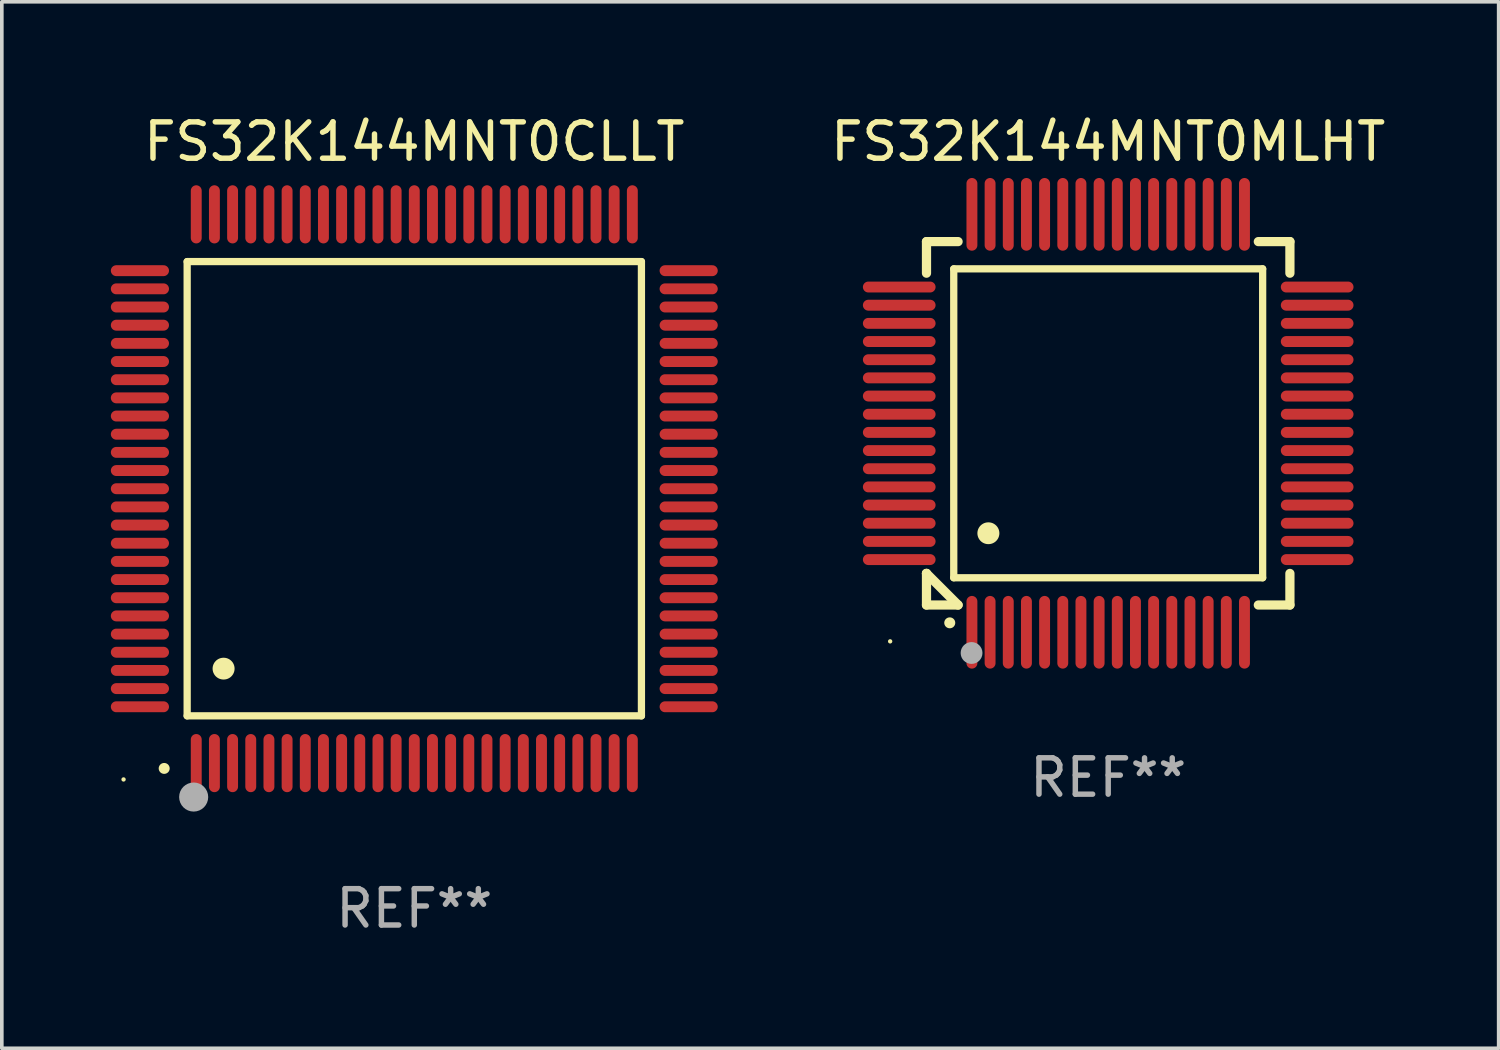
<source format=kicad_pcb>
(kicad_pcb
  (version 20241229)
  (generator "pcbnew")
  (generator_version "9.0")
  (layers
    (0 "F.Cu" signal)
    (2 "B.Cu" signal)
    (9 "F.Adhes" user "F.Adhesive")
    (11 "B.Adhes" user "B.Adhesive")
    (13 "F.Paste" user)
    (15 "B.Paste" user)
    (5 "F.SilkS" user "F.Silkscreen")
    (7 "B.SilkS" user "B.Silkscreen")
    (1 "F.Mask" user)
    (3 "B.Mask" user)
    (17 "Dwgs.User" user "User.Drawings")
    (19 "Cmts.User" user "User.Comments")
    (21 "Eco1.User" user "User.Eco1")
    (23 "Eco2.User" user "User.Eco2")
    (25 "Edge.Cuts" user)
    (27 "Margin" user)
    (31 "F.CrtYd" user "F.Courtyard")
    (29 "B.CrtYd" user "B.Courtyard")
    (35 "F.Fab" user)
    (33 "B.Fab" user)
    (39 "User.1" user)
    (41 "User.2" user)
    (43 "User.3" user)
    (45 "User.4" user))
  (footprint "FS32K144MNT0MLHT"
    (layer "F.Cu")
    (at 27.444 8.598)
    (property "Reference" "FS32K144MNT0MLHT" (at 0 -7.75 0) (layer "F.SilkS") (effects (font (size 1 1) (thickness 0.15))))
    (attr through_hole)
    (fp_line (start -5 -5) (end -4.131 -5) (stroke (width 0.254) (type solid)) (layer "F.SilkS"))
    (fp_line (start -5 -4.131) (end -5 -5) (stroke (width 0.254) (type solid)) (layer "F.SilkS"))
    (fp_line (start -5 4.131) (end -5 4.131) (stroke (width 0.254) (type solid)) (layer "F.SilkS"))
    (fp_line (start -5 5) (end -5 4.131) (stroke (width 0.254) (type solid)) (layer "F.SilkS"))
    (fp_line (start -5 4.131) (end -4.131 5) (stroke (width 0.254) (type solid)) (layer "F.SilkS"))
    (fp_line (start -4.25 -4.25) (end -4.25 4.25) (stroke (width 0.2) (type solid)) (layer "F.SilkS"))
    (fp_line (start -4.25 4.25) (end 4.25 4.25) (stroke (width 0.2) (type solid)) (layer "F.SilkS"))
    (fp_line (start -4.131 5) (end -5 5) (stroke (width 0.254) (type solid)) (layer "F.SilkS"))
    (fp_line (start 4.25 -4.25) (end -4.25 -4.25) (stroke (width 0.2) (type solid)) (layer "F.SilkS"))
    (fp_line (start 4.25 4.25) (end 4.25 -4.25) (stroke (width 0.2) (type solid)) (layer "F.SilkS"))
    (fp_line (start 5 -5) (end 4.131 -5) (stroke (width 0.254) (type solid)) (layer "F.SilkS"))
    (fp_line (start 5 -5) (end 5 -4.131) (stroke (width 0.254) (type solid)) (layer "F.SilkS"))
    (fp_line (start 5 4.131) (end 5 5) (stroke (width 0.254) (type solid)) (layer "F.SilkS"))
    (fp_line (start 5 5) (end 4.131 5) (stroke (width 0.254) (type solid)) (layer "F.SilkS"))
    (fp_arc (start -4.361265 5.489992) (mid -4.359995 5.489987) (end -4.358725 5.489992) (stroke (width 0.3) (type solid)) (layer "F.SilkS"))
    (fp_arc (start -3.299467 3.025146) (mid -3.296927 3.025135) (end -3.294387 3.025146) (stroke (width 0.6) (type solid)) (layer "F.SilkS"))
    (fp_circle (center -6 6) (end -5.97 6) (stroke (width 0.06) (type solid)) (fill no) (layer "F.SilkS"))
    (fp_circle (center -3.76 6.32) (end -3.61 6.32) (stroke (width 0.3) (type solid)) (fill no) (layer "F.Fab"))
    (fp_text user "REF**" (at 0 9.75 0) (layer "F.Fab") (effects (font (size 1 1) (thickness 0.15))))
    (pad "1" smd oval (at -3.75 5.75) (size 0.3 2) (layers "F.Cu" "F.Mask" "F.Paste"))
    (pad "2" smd oval (at -3.25 5.75) (size 0.3 2) (layers "F.Cu" "F.Mask" "F.Paste"))
    (pad "3" smd oval (at -2.75 5.75) (size 0.3 2) (layers "F.Cu" "F.Mask" "F.Paste"))
    (pad "4" smd oval (at -2.25 5.75) (size 0.3 2) (layers "F.Cu" "F.Mask" "F.Paste"))
    (pad "5" smd oval (at -1.75 5.75) (size 0.3 2) (layers "F.Cu" "F.Mask" "F.Paste"))
    (pad "6" smd oval (at -1.25 5.75) (size 0.3 2) (layers "F.Cu" "F.Mask" "F.Paste"))
    (pad "7" smd oval (at -0.75 5.75) (size 0.3 2) (layers "F.Cu" "F.Mask" "F.Paste"))
    (pad "8" smd oval (at -0.25 5.75) (size 0.3 2) (layers "F.Cu" "F.Mask" "F.Paste"))
    (pad "9" smd oval (at 0.25 5.75) (size 0.3 2) (layers "F.Cu" "F.Mask" "F.Paste"))
    (pad "10" smd oval (at 0.75 5.75) (size 0.3 2) (layers "F.Cu" "F.Mask" "F.Paste"))
    (pad "11" smd oval (at 1.25 5.75) (size 0.3 2) (layers "F.Cu" "F.Mask" "F.Paste"))
    (pad "12" smd oval (at 1.75 5.75) (size 0.3 2) (layers "F.Cu" "F.Mask" "F.Paste"))
    (pad "13" smd oval (at 2.25 5.75) (size 0.3 2) (layers "F.Cu" "F.Mask" "F.Paste"))
    (pad "14" smd oval (at 2.75 5.75) (size 0.3 2) (layers "F.Cu" "F.Mask" "F.Paste"))
    (pad "15" smd oval (at 3.25 5.75) (size 0.3 2) (layers "F.Cu" "F.Mask" "F.Paste"))
    (pad "16" smd oval (at 3.75 5.75) (size 0.3 2) (layers "F.Cu" "F.Mask" "F.Paste"))
    (pad "17" smd oval (at 5.75 3.75) (size 2 0.3) (layers "F.Cu" "F.Mask" "F.Paste"))
    (pad "18" smd oval (at 5.75 3.25) (size 2 0.3) (layers "F.Cu" "F.Mask" "F.Paste"))
    (pad "19" smd oval (at 5.75 2.75) (size 2 0.3) (layers "F.Cu" "F.Mask" "F.Paste"))
    (pad "20" smd oval (at 5.75 2.25) (size 2 0.3) (layers "F.Cu" "F.Mask" "F.Paste"))
    (pad "21" smd oval (at 5.75 1.75) (size 2 0.3) (layers "F.Cu" "F.Mask" "F.Paste"))
    (pad "22" smd oval (at 5.75 1.25) (size 2 0.3) (layers "F.Cu" "F.Mask" "F.Paste"))
    (pad "23" smd oval (at 5.75 0.75) (size 2 0.3) (layers "F.Cu" "F.Mask" "F.Paste"))
    (pad "24" smd oval (at 5.75 0.25) (size 2 0.3) (layers "F.Cu" "F.Mask" "F.Paste"))
    (pad "25" smd oval (at 5.75 -0.25) (size 2 0.3) (layers "F.Cu" "F.Mask" "F.Paste"))
    (pad "26" smd oval (at 5.75 -0.75) (size 2 0.3) (layers "F.Cu" "F.Mask" "F.Paste"))
    (pad "27" smd oval (at 5.75 -1.25) (size 2 0.3) (layers "F.Cu" "F.Mask" "F.Paste"))
    (pad "28" smd oval (at 5.75 -1.75) (size 2 0.3) (layers "F.Cu" "F.Mask" "F.Paste"))
    (pad "29" smd oval (at 5.75 -2.25) (size 2 0.3) (layers "F.Cu" "F.Mask" "F.Paste"))
    (pad "30" smd oval (at 5.75 -2.75) (size 2 0.3) (layers "F.Cu" "F.Mask" "F.Paste"))
    (pad "31" smd oval (at 5.75 -3.25) (size 2 0.3) (layers "F.Cu" "F.Mask" "F.Paste"))
    (pad "32" smd oval (at 5.75 -3.75) (size 2 0.3) (layers "F.Cu" "F.Mask" "F.Paste"))
    (pad "33" smd oval (at 3.75 -5.75) (size 0.3 2) (layers "F.Cu" "F.Mask" "F.Paste"))
    (pad "34" smd oval (at 3.25 -5.75) (size 0.3 2) (layers "F.Cu" "F.Mask" "F.Paste"))
    (pad "35" smd oval (at 2.75 -5.75) (size 0.3 2) (layers "F.Cu" "F.Mask" "F.Paste"))
    (pad "36" smd oval (at 2.25 -5.75) (size 0.3 2) (layers "F.Cu" "F.Mask" "F.Paste"))
    (pad "37" smd oval (at 1.75 -5.75) (size 0.3 2) (layers "F.Cu" "F.Mask" "F.Paste"))
    (pad "38" smd oval (at 1.25 -5.75) (size 0.3 2) (layers "F.Cu" "F.Mask" "F.Paste"))
    (pad "39" smd oval (at 0.75 -5.75) (size 0.3 2) (layers "F.Cu" "F.Mask" "F.Paste"))
    (pad "40" smd oval (at 0.25 -5.75) (size 0.3 2) (layers "F.Cu" "F.Mask" "F.Paste"))
    (pad "41" smd oval (at -0.25 -5.75) (size 0.3 2) (layers "F.Cu" "F.Mask" "F.Paste"))
    (pad "42" smd oval (at -0.75 -5.75) (size 0.3 2) (layers "F.Cu" "F.Mask" "F.Paste"))
    (pad "43" smd oval (at -1.25 -5.75) (size 0.3 2) (layers "F.Cu" "F.Mask" "F.Paste"))
    (pad "44" smd oval (at -1.75 -5.75) (size 0.3 2) (layers "F.Cu" "F.Mask" "F.Paste"))
    (pad "45" smd oval (at -2.25 -5.75) (size 0.3 2) (layers "F.Cu" "F.Mask" "F.Paste"))
    (pad "46" smd oval (at -2.75 -5.75) (size 0.3 2) (layers "F.Cu" "F.Mask" "F.Paste"))
    (pad "47" smd oval (at -3.25 -5.75) (size 0.3 2) (layers "F.Cu" "F.Mask" "F.Paste"))
    (pad "48" smd oval (at -3.75 -5.75) (size 0.3 2) (layers "F.Cu" "F.Mask" "F.Paste"))
    (pad "49" smd oval (at -5.75 -3.75) (size 2 0.3) (layers "F.Cu" "F.Mask" "F.Paste"))
    (pad "50" smd oval (at -5.75 -3.25) (size 2 0.3) (layers "F.Cu" "F.Mask" "F.Paste"))
    (pad "51" smd oval (at -5.75 -2.75) (size 2 0.3) (layers "F.Cu" "F.Mask" "F.Paste"))
    (pad "52" smd oval (at -5.75 -2.25) (size 2 0.3) (layers "F.Cu" "F.Mask" "F.Paste"))
    (pad "53" smd oval (at -5.75 -1.75) (size 2 0.3) (layers "F.Cu" "F.Mask" "F.Paste"))
    (pad "54" smd oval (at -5.75 -1.25) (size 2 0.3) (layers "F.Cu" "F.Mask" "F.Paste"))
    (pad "55" smd oval (at -5.75 -0.75) (size 2 0.3) (layers "F.Cu" "F.Mask" "F.Paste"))
    (pad "56" smd oval (at -5.75 -0.25) (size 2 0.3) (layers "F.Cu" "F.Mask" "F.Paste"))
    (pad "57" smd oval (at -5.75 0.25) (size 2 0.3) (layers "F.Cu" "F.Mask" "F.Paste"))
    (pad "58" smd oval (at -5.75 0.75) (size 2 0.3) (layers "F.Cu" "F.Mask" "F.Paste"))
    (pad "59" smd oval (at -5.75 1.25) (size 2 0.3) (layers "F.Cu" "F.Mask" "F.Paste"))
    (pad "60" smd oval (at -5.75 1.75) (size 2 0.3) (layers "F.Cu" "F.Mask" "F.Paste"))
    (pad "61" smd oval (at -5.75 2.25) (size 2 0.3) (layers "F.Cu" "F.Mask" "F.Paste"))
    (pad "62" smd oval (at -5.75 2.75) (size 2 0.3) (layers "F.Cu" "F.Mask" "F.Paste"))
    (pad "63" smd oval (at -5.75 3.25) (size 2 0.3) (layers "F.Cu" "F.Mask" "F.Paste"))
    (pad "64" smd oval (at -5.75 3.75) (size 2 0.3) (layers "F.Cu" "F.Mask" "F.Paste")))
  (footprint "FS32K144MNT0CLLT"
    (layer "F.Cu")
    (at 8.35 10.398)
    (property "Reference" "FS32K144MNT0CLLT" (at 0 -9.55 0) (layer "F.SilkS") (effects (font (size 1 1) (thickness 0.15))))
    (attr through_hole)
    (fp_line (start -6.25 -6.25) (end -6.25 6.25) (stroke (width 0.2) (type solid)) (layer "F.SilkS"))
    (fp_line (start -6.25 6.25) (end 6.25 6.25) (stroke (width 0.2) (type solid)) (layer "F.SilkS"))
    (fp_line (start 6.25 -6.25) (end -6.25 -6.25) (stroke (width 0.2) (type solid)) (layer "F.SilkS"))
    (fp_line (start 6.25 6.25) (end 6.25 -6.25) (stroke (width 0.2) (type solid)) (layer "F.SilkS"))
    (fp_arc (start -6.883414 7.696215) (mid -6.882144 7.69621) (end -6.880874 7.696215) (stroke (width 0.3) (type solid)) (layer "F.SilkS"))
    (fp_arc (start -5.250191 4.95047) (mid -5.247651 4.950459) (end -5.245111 4.95047) (stroke (width 0.6) (type solid)) (layer "F.SilkS"))
    (fp_circle (center -8 8) (end -7.97 8) (stroke (width 0.06) (type solid)) (fill no) (layer "F.SilkS"))
    (fp_circle (center -6.071 8.484) (end -5.871 8.484) (stroke (width 0.4) (type solid)) (fill no) (layer "F.Fab"))
    (fp_text user "REF**" (at 0 11.55 0) (layer "F.Fab") (effects (font (size 1 1) (thickness 0.15))))
    (pad "1" smd oval (at -6 7.55) (size 0.3 1.6) (layers "F.Cu" "F.Mask" "F.Paste"))
    (pad "2" smd oval (at -5.5 7.55) (size 0.3 1.6) (layers "F.Cu" "F.Mask" "F.Paste"))
    (pad "3" smd oval (at -5 7.55) (size 0.3 1.6) (layers "F.Cu" "F.Mask" "F.Paste"))
    (pad "4" smd oval (at -4.5 7.55) (size 0.3 1.6) (layers "F.Cu" "F.Mask" "F.Paste"))
    (pad "5" smd oval (at -4 7.55) (size 0.3 1.6) (layers "F.Cu" "F.Mask" "F.Paste"))
    (pad "6" smd oval (at -3.5 7.55) (size 0.3 1.6) (layers "F.Cu" "F.Mask" "F.Paste"))
    (pad "7" smd oval (at -3 7.55) (size 0.3 1.6) (layers "F.Cu" "F.Mask" "F.Paste"))
    (pad "8" smd oval (at -2.5 7.55) (size 0.3 1.6) (layers "F.Cu" "F.Mask" "F.Paste"))
    (pad "9" smd oval (at -2 7.55) (size 0.3 1.6) (layers "F.Cu" "F.Mask" "F.Paste"))
    (pad "10" smd oval (at -1.5 7.55) (size 0.3 1.6) (layers "F.Cu" "F.Mask" "F.Paste"))
    (pad "11" smd oval (at -1 7.55) (size 0.3 1.6) (layers "F.Cu" "F.Mask" "F.Paste"))
    (pad "12" smd oval (at -0.5 7.55) (size 0.3 1.6) (layers "F.Cu" "F.Mask" "F.Paste"))
    (pad "13" smd oval (at 0 7.55) (size 0.3 1.6) (layers "F.Cu" "F.Mask" "F.Paste"))
    (pad "14" smd oval (at 0.5 7.55) (size 0.3 1.6) (layers "F.Cu" "F.Mask" "F.Paste"))
    (pad "15" smd oval (at 1 7.55) (size 0.3 1.6) (layers "F.Cu" "F.Mask" "F.Paste"))
    (pad "16" smd oval (at 1.5 7.55) (size 0.3 1.6) (layers "F.Cu" "F.Mask" "F.Paste"))
    (pad "17" smd oval (at 2 7.55) (size 0.3 1.6) (layers "F.Cu" "F.Mask" "F.Paste"))
    (pad "18" smd oval (at 2.5 7.55) (size 0.3 1.6) (layers "F.Cu" "F.Mask" "F.Paste"))
    (pad "19" smd oval (at 3 7.55) (size 0.3 1.6) (layers "F.Cu" "F.Mask" "F.Paste"))
    (pad "20" smd oval (at 3.5 7.55) (size 0.3 1.6) (layers "F.Cu" "F.Mask" "F.Paste"))
    (pad "21" smd oval (at 4 7.55) (size 0.3 1.6) (layers "F.Cu" "F.Mask" "F.Paste"))
    (pad "22" smd oval (at 4.5 7.55) (size 0.3 1.6) (layers "F.Cu" "F.Mask" "F.Paste"))
    (pad "23" smd oval (at 5 7.55) (size 0.3 1.6) (layers "F.Cu" "F.Mask" "F.Paste"))
    (pad "24" smd oval (at 5.5 7.55) (size 0.3 1.6) (layers "F.Cu" "F.Mask" "F.Paste"))
    (pad "25" smd oval (at 6 7.55) (size 0.3 1.6) (layers "F.Cu" "F.Mask" "F.Paste"))
    (pad "26" smd oval (at 7.55 6) (size 1.6 0.3) (layers "F.Cu" "F.Mask" "F.Paste"))
    (pad "27" smd oval (at 7.55 5.5) (size 1.6 0.3) (layers "F.Cu" "F.Mask" "F.Paste"))
    (pad "28" smd oval (at 7.55 5) (size 1.6 0.3) (layers "F.Cu" "F.Mask" "F.Paste"))
    (pad "29" smd oval (at 7.55 4.5) (size 1.6 0.3) (layers "F.Cu" "F.Mask" "F.Paste"))
    (pad "30" smd oval (at 7.55 4) (size 1.6 0.3) (layers "F.Cu" "F.Mask" "F.Paste"))
    (pad "31" smd oval (at 7.55 3.5) (size 1.6 0.3) (layers "F.Cu" "F.Mask" "F.Paste"))
    (pad "32" smd oval (at 7.55 3) (size 1.6 0.3) (layers "F.Cu" "F.Mask" "F.Paste"))
    (pad "33" smd oval (at 7.55 2.5) (size 1.6 0.3) (layers "F.Cu" "F.Mask" "F.Paste"))
    (pad "34" smd oval (at 7.55 2) (size 1.6 0.3) (layers "F.Cu" "F.Mask" "F.Paste"))
    (pad "35" smd oval (at 7.55 1.5) (size 1.6 0.3) (layers "F.Cu" "F.Mask" "F.Paste"))
    (pad "36" smd oval (at 7.55 1) (size 1.6 0.3) (layers "F.Cu" "F.Mask" "F.Paste"))
    (pad "37" smd oval (at 7.55 0.5) (size 1.6 0.3) (layers "F.Cu" "F.Mask" "F.Paste"))
    (pad "38" smd oval (at 7.55 0) (size 1.6 0.3) (layers "F.Cu" "F.Mask" "F.Paste"))
    (pad "39" smd oval (at 7.55 -0.5) (size 1.6 0.3) (layers "F.Cu" "F.Mask" "F.Paste"))
    (pad "40" smd oval (at 7.55 -1) (size 1.6 0.3) (layers "F.Cu" "F.Mask" "F.Paste"))
    (pad "41" smd oval (at 7.55 -1.5) (size 1.6 0.3) (layers "F.Cu" "F.Mask" "F.Paste"))
    (pad "42" smd oval (at 7.55 -2) (size 1.6 0.3) (layers "F.Cu" "F.Mask" "F.Paste"))
    (pad "43" smd oval (at 7.55 -2.5) (size 1.6 0.3) (layers "F.Cu" "F.Mask" "F.Paste"))
    (pad "44" smd oval (at 7.55 -3) (size 1.6 0.3) (layers "F.Cu" "F.Mask" "F.Paste"))
    (pad "45" smd oval (at 7.55 -3.5) (size 1.6 0.3) (layers "F.Cu" "F.Mask" "F.Paste"))
    (pad "46" smd oval (at 7.55 -4) (size 1.6 0.3) (layers "F.Cu" "F.Mask" "F.Paste"))
    (pad "47" smd oval (at 7.55 -4.5) (size 1.6 0.3) (layers "F.Cu" "F.Mask" "F.Paste"))
    (pad "48" smd oval (at 7.55 -5) (size 1.6 0.3) (layers "F.Cu" "F.Mask" "F.Paste"))
    (pad "49" smd oval (at 7.55 -5.5) (size 1.6 0.3) (layers "F.Cu" "F.Mask" "F.Paste"))
    (pad "50" smd oval (at 7.55 -6) (size 1.6 0.3) (layers "F.Cu" "F.Mask" "F.Paste"))
    (pad "51" smd oval (at 6 -7.55) (size 0.3 1.6) (layers "F.Cu" "F.Mask" "F.Paste"))
    (pad "52" smd oval (at 5.5 -7.55) (size 0.3 1.6) (layers "F.Cu" "F.Mask" "F.Paste"))
    (pad "53" smd oval (at 5 -7.55) (size 0.3 1.6) (layers "F.Cu" "F.Mask" "F.Paste"))
    (pad "54" smd oval (at 4.5 -7.55) (size 0.3 1.6) (layers "F.Cu" "F.Mask" "F.Paste"))
    (pad "55" smd oval (at 4 -7.55) (size 0.3 1.6) (layers "F.Cu" "F.Mask" "F.Paste"))
    (pad "56" smd oval (at 3.5 -7.55) (size 0.3 1.6) (layers "F.Cu" "F.Mask" "F.Paste"))
    (pad "57" smd oval (at 3 -7.55) (size 0.3 1.6) (layers "F.Cu" "F.Mask" "F.Paste"))
    (pad "58" smd oval (at 2.5 -7.55) (size 0.3 1.6) (layers "F.Cu" "F.Mask" "F.Paste"))
    (pad "59" smd oval (at 2 -7.55) (size 0.3 1.6) (layers "F.Cu" "F.Mask" "F.Paste"))
    (pad "60" smd oval (at 1.5 -7.55) (size 0.3 1.6) (layers "F.Cu" "F.Mask" "F.Paste"))
    (pad "61" smd oval (at 1 -7.55) (size 0.3 1.6) (layers "F.Cu" "F.Mask" "F.Paste"))
    (pad "62" smd oval (at 0.5 -7.55) (size 0.3 1.6) (layers "F.Cu" "F.Mask" "F.Paste"))
    (pad "63" smd oval (at 0 -7.55) (size 0.3 1.6) (layers "F.Cu" "F.Mask" "F.Paste"))
    (pad "64" smd oval (at -0.5 -7.55) (size 0.3 1.6) (layers "F.Cu" "F.Mask" "F.Paste"))
    (pad "65" smd oval (at -1 -7.55) (size 0.3 1.6) (layers "F.Cu" "F.Mask" "F.Paste"))
    (pad "66" smd oval (at -1.5 -7.55) (size 0.3 1.6) (layers "F.Cu" "F.Mask" "F.Paste"))
    (pad "67" smd oval (at -2 -7.55) (size 0.3 1.6) (layers "F.Cu" "F.Mask" "F.Paste"))
    (pad "68" smd oval (at -2.5 -7.55) (size 0.3 1.6) (layers "F.Cu" "F.Mask" "F.Paste"))
    (pad "69" smd oval (at -3 -7.55) (size 0.3 1.6) (layers "F.Cu" "F.Mask" "F.Paste"))
    (pad "70" smd oval (at -3.5 -7.55) (size 0.3 1.6) (layers "F.Cu" "F.Mask" "F.Paste"))
    (pad "71" smd oval (at -4 -7.55) (size 0.3 1.6) (layers "F.Cu" "F.Mask" "F.Paste"))
    (pad "72" smd oval (at -4.5 -7.55) (size 0.3 1.6) (layers "F.Cu" "F.Mask" "F.Paste"))
    (pad "73" smd oval (at -5 -7.55) (size 0.3 1.6) (layers "F.Cu" "F.Mask" "F.Paste"))
    (pad "74" smd oval (at -5.5 -7.55) (size 0.3 1.6) (layers "F.Cu" "F.Mask" "F.Paste"))
    (pad "75" smd oval (at -6 -7.55) (size 0.3 1.6) (layers "F.Cu" "F.Mask" "F.Paste"))
    (pad "76" smd oval (at -7.55 -6) (size 1.6 0.3) (layers "F.Cu" "F.Mask" "F.Paste"))
    (pad "77" smd oval (at -7.55 -5.5) (size 1.6 0.3) (layers "F.Cu" "F.Mask" "F.Paste"))
    (pad "78" smd oval (at -7.55 -5) (size 1.6 0.3) (layers "F.Cu" "F.Mask" "F.Paste"))
    (pad "79" smd oval (at -7.55 -4.5) (size 1.6 0.3) (layers "F.Cu" "F.Mask" "F.Paste"))
    (pad "80" smd oval (at -7.55 -4) (size 1.6 0.3) (layers "F.Cu" "F.Mask" "F.Paste"))
    (pad "81" smd oval (at -7.55 -3.5) (size 1.6 0.3) (layers "F.Cu" "F.Mask" "F.Paste"))
    (pad "82" smd oval (at -7.55 -3) (size 1.6 0.3) (layers "F.Cu" "F.Mask" "F.Paste"))
    (pad "83" smd oval (at -7.55 -2.5) (size 1.6 0.3) (layers "F.Cu" "F.Mask" "F.Paste"))
    (pad "84" smd oval (at -7.55 -2) (size 1.6 0.3) (layers "F.Cu" "F.Mask" "F.Paste"))
    (pad "85" smd oval (at -7.55 -1.5) (size 1.6 0.3) (layers "F.Cu" "F.Mask" "F.Paste"))
    (pad "86" smd oval (at -7.55 -1) (size 1.6 0.3) (layers "F.Cu" "F.Mask" "F.Paste"))
    (pad "87" smd oval (at -7.55 -0.5) (size 1.6 0.3) (layers "F.Cu" "F.Mask" "F.Paste"))
    (pad "88" smd oval (at -7.55 0) (size 1.6 0.3) (layers "F.Cu" "F.Mask" "F.Paste"))
    (pad "89" smd oval (at -7.55 0.5) (size 1.6 0.3) (layers "F.Cu" "F.Mask" "F.Paste"))
    (pad "90" smd oval (at -7.55 1) (size 1.6 0.3) (layers "F.Cu" "F.Mask" "F.Paste"))
    (pad "91" smd oval (at -7.55 1.5) (size 1.6 0.3) (layers "F.Cu" "F.Mask" "F.Paste"))
    (pad "92" smd oval (at -7.55 2) (size 1.6 0.3) (layers "F.Cu" "F.Mask" "F.Paste"))
    (pad "93" smd oval (at -7.55 2.5) (size 1.6 0.3) (layers "F.Cu" "F.Mask" "F.Paste"))
    (pad "94" smd oval (at -7.55 3) (size 1.6 0.3) (layers "F.Cu" "F.Mask" "F.Paste"))
    (pad "95" smd oval (at -7.55 3.5) (size 1.6 0.3) (layers "F.Cu" "F.Mask" "F.Paste"))
    (pad "96" smd oval (at -7.55 4) (size 1.6 0.3) (layers "F.Cu" "F.Mask" "F.Paste"))
    (pad "97" smd oval (at -7.55 4.5) (size 1.6 0.3) (layers "F.Cu" "F.Mask" "F.Paste"))
    (pad "98" smd oval (at -7.55 5) (size 1.6 0.3) (layers "F.Cu" "F.Mask" "F.Paste"))
    (pad "99" smd oval (at -7.55 5.5) (size 1.6 0.3) (layers "F.Cu" "F.Mask" "F.Paste"))
    (pad "100" smd oval (at -7.55 6) (size 1.6 0.3) (layers "F.Cu" "F.Mask" "F.Paste")))
  (gr_rect
    (start -3 -3)
    (end 38.188 25.796)
    (stroke (width 0.1) (type default))
    (fill no)
    (layer "Edge.Cuts")))
</source>
